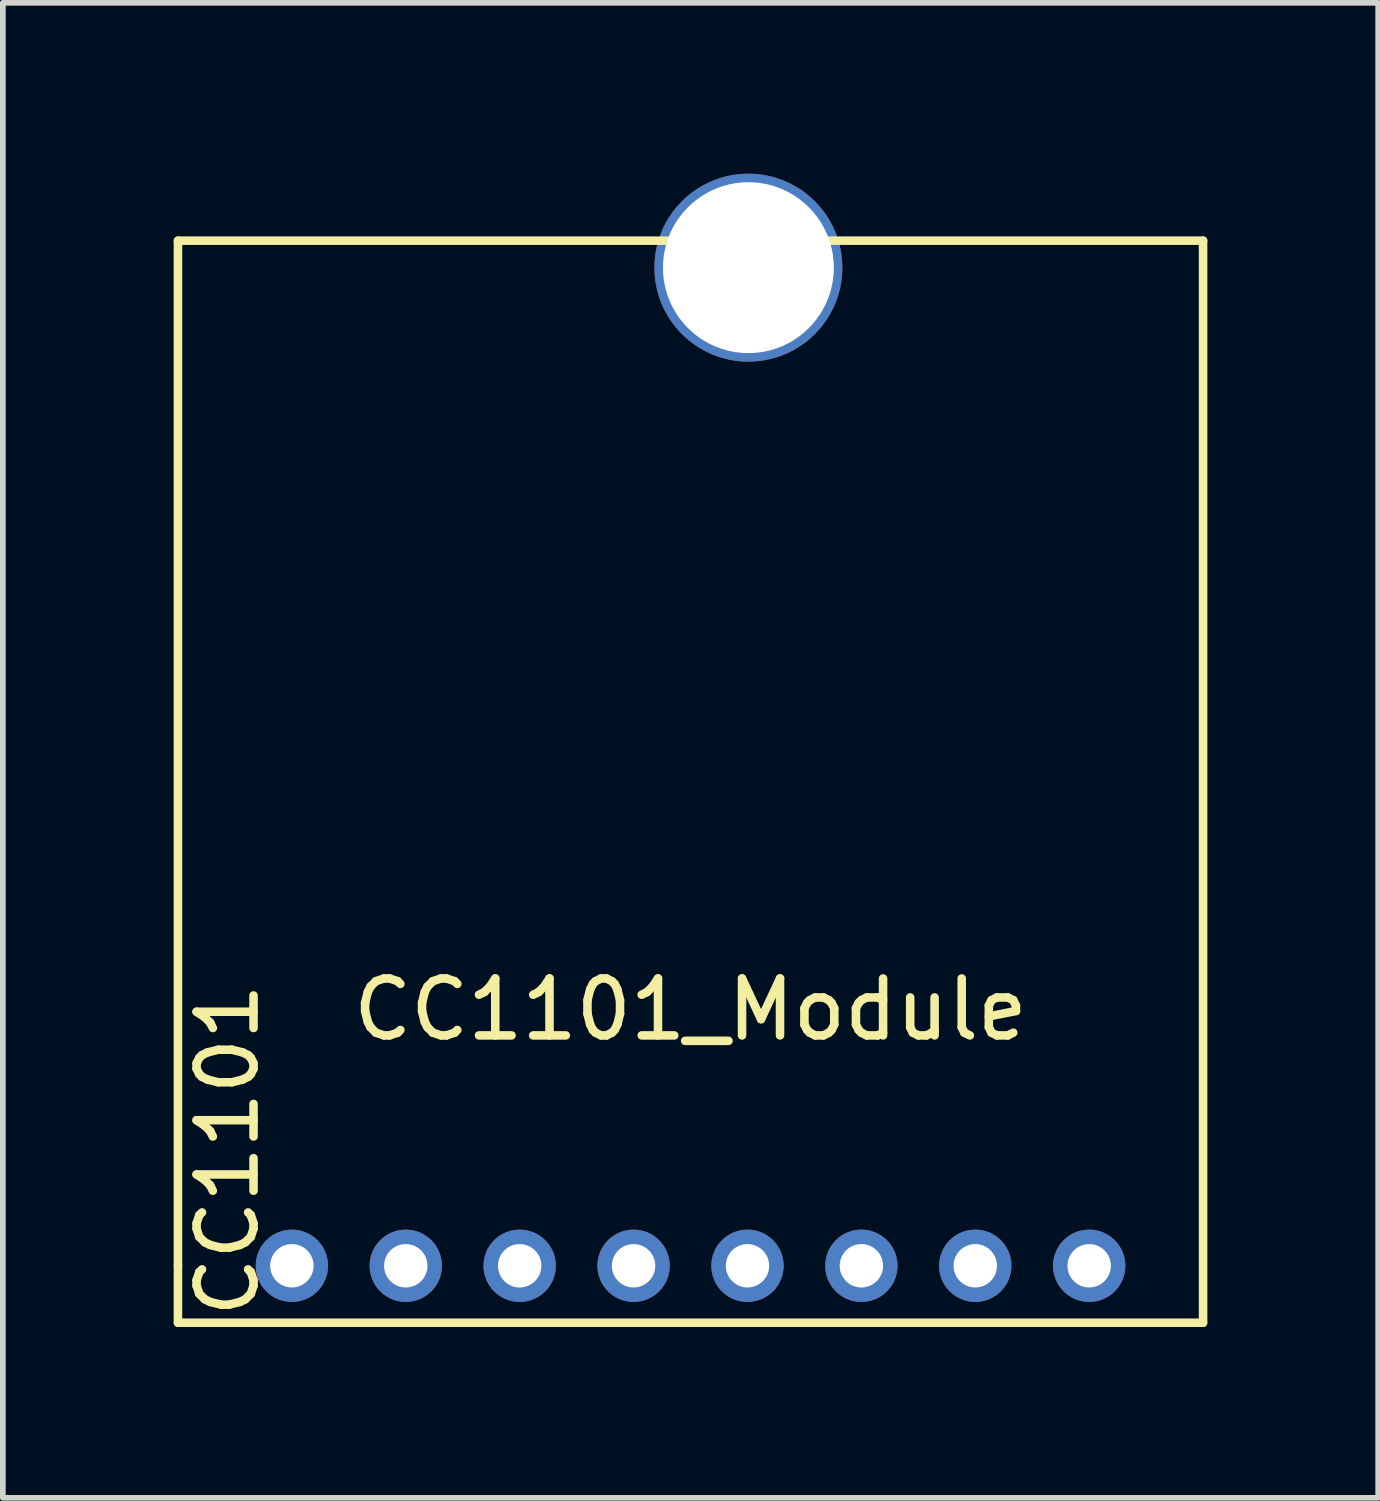
<source format=kicad_pcb>
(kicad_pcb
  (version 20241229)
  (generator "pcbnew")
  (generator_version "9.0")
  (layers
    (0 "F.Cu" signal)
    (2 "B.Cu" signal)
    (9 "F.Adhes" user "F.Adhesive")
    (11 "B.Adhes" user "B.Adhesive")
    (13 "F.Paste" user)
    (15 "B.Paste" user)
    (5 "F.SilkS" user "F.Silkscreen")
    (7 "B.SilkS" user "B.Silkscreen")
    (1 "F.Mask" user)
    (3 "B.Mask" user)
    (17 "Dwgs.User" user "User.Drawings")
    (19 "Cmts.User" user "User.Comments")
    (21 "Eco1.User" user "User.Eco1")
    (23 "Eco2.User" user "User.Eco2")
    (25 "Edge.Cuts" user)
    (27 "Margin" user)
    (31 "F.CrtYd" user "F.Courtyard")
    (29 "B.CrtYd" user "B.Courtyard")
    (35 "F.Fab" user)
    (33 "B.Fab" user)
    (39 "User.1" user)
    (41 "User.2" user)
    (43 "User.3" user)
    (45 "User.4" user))
  (footprint "CC1101_Module"
    (layer "F.Cu")
    (at 9.075 19.176)
    (property "Reference" "CC1101_Module" (at 0 -4.5 0) (layer "F.SilkS") (effects (font (size 1 1) (thickness 0.15))))
    (attr through_hole)
    (fp_line (start -9 -18) (end 9 -18) (stroke (width 0.15) (type solid)) (layer "F.SilkS"))
    (fp_line (start -9 0) (end -9 -18) (stroke (width 0.15) (type solid)) (layer "F.SilkS"))
    (fp_line (start -9 1) (end -9 0) (stroke (width 0.15) (type solid)) (layer "F.SilkS"))
    (fp_line (start 9 -18) (end 9 1) (stroke (width 0.15) (type solid)) (layer "F.SilkS"))
    (fp_line (start 9 1) (end -9 1) (stroke (width 0.15) (type solid)) (layer "F.SilkS"))
    (fp_text user "CC1101" (at -8.128 -2.032 90) (layer "F.SilkS") (effects (font (size 1 1) (thickness 0.15))))
    (pad "" np_thru_hole circle (at 1.016 -17.526) (size 3.3 3.3) (drill 3) (layers "*.Cu" "*.Mask"))
    (pad "1" thru_hole oval (at -7 0) (size 1.27 1.27) (drill 0.762) (layers "*.Cu" "*.Mask"))
    (pad "2" thru_hole oval (at -5 0) (size 1.27 1.27) (drill 0.762) (layers "*.Cu" "*.Mask"))
    (pad "3" thru_hole circle (at -3 0) (size 1.27 1.27) (drill 0.762) (layers "*.Cu" "*.Mask"))
    (pad "4" thru_hole circle (at -1 0) (size 1.27 1.27) (drill 0.762) (layers "*.Cu" "*.Mask"))
    (pad "5" thru_hole circle (at 1 0) (size 1.27 1.27) (drill 0.762) (layers "*.Cu" "*.Mask"))
    (pad "6" thru_hole circle (at 3 0) (size 1.27 1.27) (drill 0.762) (layers "*.Cu" "*.Mask"))
    (pad "7" thru_hole circle (at 5 0) (size 1.27 1.27) (drill 0.762) (layers "*.Cu" "*.Mask"))
    (pad "8" thru_hole circle (at 7 0) (size 1.27 1.27) (drill 0.762) (layers "*.Cu" "*.Mask")))
  (gr_rect
    (start -3 -3)
    (end 21.15 23.251)
    (stroke (width 0.1) (type default))
    (fill no)
    (layer "Edge.Cuts")))
</source>
